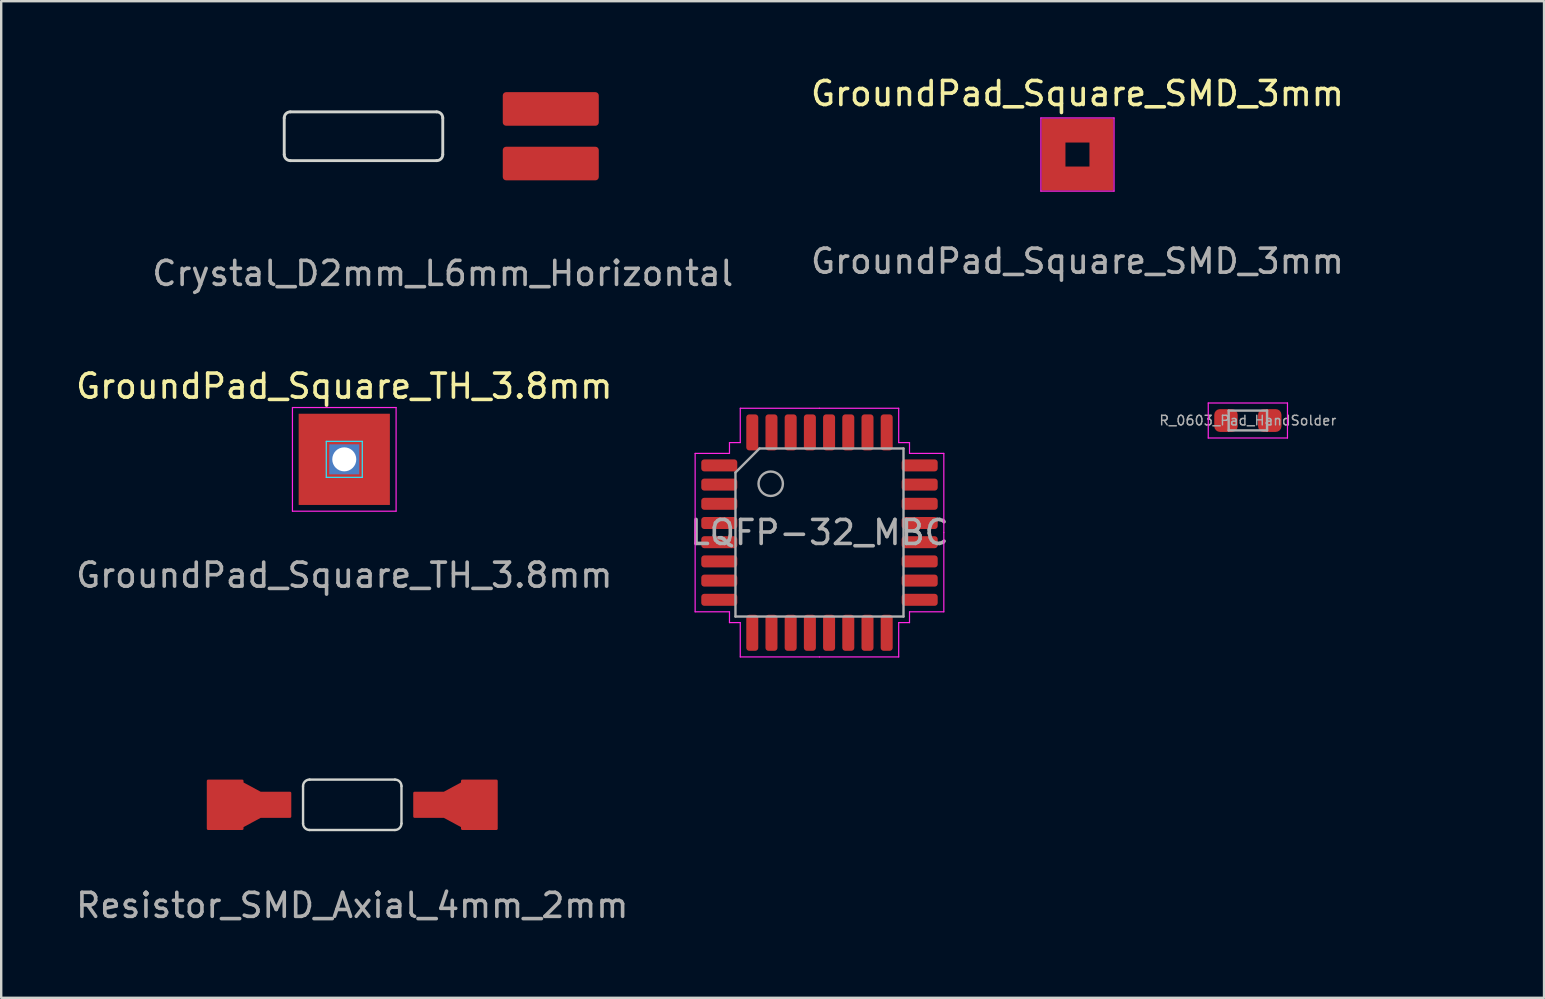
<source format=kicad_pcb>
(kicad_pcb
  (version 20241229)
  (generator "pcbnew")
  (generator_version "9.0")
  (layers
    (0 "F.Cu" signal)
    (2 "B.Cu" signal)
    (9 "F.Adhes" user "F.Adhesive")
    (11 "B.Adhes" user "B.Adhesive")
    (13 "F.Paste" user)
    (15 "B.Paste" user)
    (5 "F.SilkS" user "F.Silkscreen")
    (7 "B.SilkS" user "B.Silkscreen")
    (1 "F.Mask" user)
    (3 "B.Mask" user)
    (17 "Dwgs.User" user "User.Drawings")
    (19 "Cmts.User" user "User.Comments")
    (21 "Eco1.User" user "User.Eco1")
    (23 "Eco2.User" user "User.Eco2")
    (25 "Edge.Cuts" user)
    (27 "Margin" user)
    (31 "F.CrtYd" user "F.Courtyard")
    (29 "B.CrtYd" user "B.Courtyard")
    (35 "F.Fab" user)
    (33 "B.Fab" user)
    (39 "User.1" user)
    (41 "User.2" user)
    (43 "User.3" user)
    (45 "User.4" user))
  (footprint "GroundPad_Square_SMD_3mm"
    (layer "F.Cu")
    (at 41.836 3.388)
    (property "Reference" "GroundPad_Square_SMD_3mm" (at 0 -2.54 0) (unlocked yes) (layer "F.SilkS") (effects (font (size 1 1) (thickness 0.15))))
    (attr smd)
    (fp_line (start -1.524 -1.524) (end 1.524 -1.524) (stroke (width 0.05) (type solid)) (layer "F.CrtYd"))
    (fp_line (start -1.524 1.524) (end -1.524 -1.524) (stroke (width 0.05) (type solid)) (layer "F.CrtYd"))
    (fp_line (start 1.524 -1.524) (end 1.524 1.524) (stroke (width 0.05) (type solid)) (layer "F.CrtYd"))
    (fp_line (start 1.524 1.524) (end -1.524 1.524) (stroke (width 0.05) (type solid)) (layer "F.CrtYd"))
    (fp_text user "${REFERENCE}" (at 0 4.445 0) (unlocked yes) (layer "F.Fab") (effects (font (size 1 1) (thickness 0.15))))
    (pad "1" smd custom (at 0 -1) (size 1 1) (layers "F.Cu" "F.Mask") (options (anchor rect)) (primitives (gr_poly (pts (xy -1.5 -0.5) (xy -1.5 2.5) (xy 1.5 2.5) (xy 1.5 -0.5) (xy 0.5 -0.5) (xy 0.5 1.5) (xy -0.5 1.5) (xy -0.5 -0.5)) (width 0) (fill yes))))
    (zone (net_name "") (layers "F.Cu" "B.Cu") (hatch edge 0.508) (connect_pads) (min_thickness 0.254) (filled_areas_thickness no) (keepout (tracks not_allowed) (vias not_allowed) (pads allowed) (copperpour not_allowed) (footprints allowed)) (placement (enabled no)) (fill) (polygon (pts (xy 42.336 3.888) (xy 41.336 3.888) (xy 41.336 2.888) (xy 42.336 2.888)))))
  (footprint "R_0603_Pad_HandSolder"
    (layer "F.Cu")
    (at 48.935 14.468)
    (property "Reference" "R_0603_Pad_HandSolder" (at 0 -1.43 0) (layer "F.Mask") (effects (font (size 1 1) (thickness 0.15))))
    (attr smd)
    (fp_line (start -1.65 -0.73) (end 1.65 -0.73) (stroke (width 0.05) (type solid)) (layer "F.CrtYd"))
    (fp_line (start -1.65 0.73) (end -1.65 -0.73) (stroke (width 0.05) (type solid)) (layer "F.CrtYd"))
    (fp_line (start 1.65 -0.73) (end 1.65 0.73) (stroke (width 0.05) (type solid)) (layer "F.CrtYd"))
    (fp_line (start 1.65 0.73) (end -1.65 0.73) (stroke (width 0.05) (type solid)) (layer "F.CrtYd"))
    (fp_line (start -0.8 -0.412) (end 0.8 -0.412) (stroke (width 0.1) (type solid)) (layer "F.Fab"))
    (fp_line (start -0.8 0.412) (end -0.8 -0.412) (stroke (width 0.1) (type solid)) (layer "F.Fab"))
    (fp_line (start 0.8 -0.412) (end 0.8 0.412) (stroke (width 0.1) (type solid)) (layer "F.Fab"))
    (fp_line (start 0.8 0.412) (end -0.8 0.412) (stroke (width 0.1) (type solid)) (layer "F.Fab"))
    (fp_text user "${REFERENCE}" (at 0 0 0) (layer "F.Fab") (effects (font (size 0.4 0.4) (thickness 0.06))))
    (pad "1" smd roundrect (at -0.912 0) (size 0.975 0.95) (layers "F.Cu" "F.Mask" "F.Paste") (roundrect_rratio 0.25))
    (pad "2" smd roundrect (at 0.912 0) (size 0.975 0.95) (layers "F.Cu" "F.Mask" "F.Paste") (roundrect_rratio 0.25))
    (zone (net_name "") (layer "F.Cu") (hatch edge 0.508) (connect_pads) (min_thickness 0.254) (filled_areas_thickness no) (keepout (tracks allowed) (vias allowed) (pads allowed) (copperpour not_allowed) (footprints allowed)) (placement (enabled no)) (fill) (polygon (pts (xy 49.316 15.008) (xy 48.554 15.008) (xy 48.554 13.924) (xy 49.316 13.924)))))
  (footprint "GroundPad_Square_TH_3.8mm"
    (layer "F.Cu")
    (at 11.292 16.086)
    (property "Reference" "GroundPad_Square_TH_3.8mm" (at 0 -3.048 0) (unlocked yes) (layer "F.SilkS") (effects (font (size 1 1) (thickness 0.15))))
    (fp_line (start -0.75 -0.75) (end 0.75 -0.75) (stroke (width 0.05) (type solid)) (layer "B.CrtYd"))
    (fp_line (start -0.75 0.75) (end -0.75 -0.75) (stroke (width 0.05) (type solid)) (layer "B.CrtYd"))
    (fp_line (start 0.75 -0.75) (end 0.75 0.75) (stroke (width 0.05) (type solid)) (layer "B.CrtYd"))
    (fp_line (start 0.75 0.75) (end -0.75 0.75) (stroke (width 0.05) (type solid)) (layer "B.CrtYd"))
    (fp_line (start -2.159 -2.159) (end 2.159 -2.159) (stroke (width 0.05) (type solid)) (layer "F.CrtYd"))
    (fp_line (start -2.159 2.159) (end -2.159 -2.159) (stroke (width 0.05) (type solid)) (layer "F.CrtYd"))
    (fp_line (start 2.159 -2.159) (end 2.159 2.159) (stroke (width 0.05) (type solid)) (layer "F.CrtYd"))
    (fp_line (start 2.159 2.159) (end -2.159 2.159) (stroke (width 0.05) (type solid)) (layer "F.CrtYd"))
    (fp_text user "${REFERENCE}" (at 0 4.826 0) (unlocked yes) (layer "F.Fab") (effects (font (size 1 1) (thickness 0.15))))
    (pad "1" thru_hole rect (at 0 0) (size 1.25 1.25) (drill 1) (layers "*.Cu" "*.Mask"))
    (pad "1" smd rect (at 0 0) (size 3.8 3.8) (layers "F.Cu" "F.Mask")))
  (footprint "LQFP-32_MBC"
    (layer "F.Cu")
    (at 31.089 19.134)
    (property "Reference" "LQFP-32_MBC" (at 0 -6.096 0) (layer "F.Mask") (effects (font (size 1 1) (thickness 0.15))))
    (attr smd)
    (fp_line (start -5.18 -3.296) (end -5.18 0.004) (stroke (width 0.05) (type solid)) (layer "F.CrtYd"))
    (fp_line (start -5.18 3.304) (end -5.18 0.004) (stroke (width 0.05) (type solid)) (layer "F.CrtYd"))
    (fp_line (start -3.75 -3.746) (end -3.75 -3.296) (stroke (width 0.05) (type solid)) (layer "F.CrtYd"))
    (fp_line (start -3.75 -3.296) (end -5.18 -3.296) (stroke (width 0.05) (type solid)) (layer "F.CrtYd"))
    (fp_line (start -3.75 3.304) (end -5.18 3.304) (stroke (width 0.05) (type solid)) (layer "F.CrtYd"))
    (fp_line (start -3.75 3.754) (end -3.75 3.304) (stroke (width 0.05) (type solid)) (layer "F.CrtYd"))
    (fp_line (start -3.3 -5.176) (end -3.3 -3.746) (stroke (width 0.05) (type solid)) (layer "F.CrtYd"))
    (fp_line (start -3.3 -3.746) (end -3.75 -3.746) (stroke (width 0.05) (type solid)) (layer "F.CrtYd"))
    (fp_line (start -3.3 3.754) (end -3.75 3.754) (stroke (width 0.05) (type solid)) (layer "F.CrtYd"))
    (fp_line (start -3.3 5.184) (end -3.3 3.754) (stroke (width 0.05) (type solid)) (layer "F.CrtYd"))
    (fp_line (start -0.000322 -5.176) (end -3.3 -5.176) (stroke (width 0.05) (type solid)) (layer "F.CrtYd"))
    (fp_line (start -0.000322 -5.176) (end 3.3 -5.176) (stroke (width 0.05) (type solid)) (layer "F.CrtYd"))
    (fp_line (start -0.000322 5.184) (end -3.3 5.184) (stroke (width 0.05) (type solid)) (layer "F.CrtYd"))
    (fp_line (start -0.000322 5.184) (end 3.3 5.184) (stroke (width 0.05) (type solid)) (layer "F.CrtYd"))
    (fp_line (start 3.3 -5.176) (end 3.3 -3.746) (stroke (width 0.05) (type solid)) (layer "F.CrtYd"))
    (fp_line (start 3.3 -3.746) (end 3.75 -3.746) (stroke (width 0.05) (type solid)) (layer "F.CrtYd"))
    (fp_line (start 3.3 3.754) (end 3.75 3.754) (stroke (width 0.05) (type solid)) (layer "F.CrtYd"))
    (fp_line (start 3.3 5.184) (end 3.3 3.754) (stroke (width 0.05) (type solid)) (layer "F.CrtYd"))
    (fp_line (start 3.75 -3.746) (end 3.75 -3.296) (stroke (width 0.05) (type solid)) (layer "F.CrtYd"))
    (fp_line (start 3.75 -3.296) (end 5.18 -3.296) (stroke (width 0.05) (type solid)) (layer "F.CrtYd"))
    (fp_line (start 3.75 3.304) (end 5.18 3.304) (stroke (width 0.05) (type solid)) (layer "F.CrtYd"))
    (fp_line (start 3.75 3.754) (end 3.75 3.304) (stroke (width 0.05) (type solid)) (layer "F.CrtYd"))
    (fp_line (start 5.18 -3.296) (end 5.18 0.004) (stroke (width 0.05) (type solid)) (layer "F.CrtYd"))
    (fp_line (start 5.18 3.304) (end 5.18 0.004) (stroke (width 0.05) (type solid)) (layer "F.CrtYd"))
    (fp_line (start -3.5 -2.5) (end -2.5 -3.5) (stroke (width 0.1) (type solid)) (layer "F.Fab"))
    (fp_line (start -3.5 3.5) (end -3.5 -2.5) (stroke (width 0.1) (type solid)) (layer "F.Fab"))
    (fp_line (start -2.5 -3.5) (end 3.5 -3.5) (stroke (width 0.1) (type solid)) (layer "F.Fab"))
    (fp_line (start 3.5 3.5) (end -3.5 3.5) (stroke (width 0.1) (type solid)) (layer "F.Fab"))
    (fp_line (start 3.5 3.5) (end 3.5 -3.5) (stroke (width 0.1) (type solid)) (layer "F.Fab"))
    (fp_circle (center -2.032 -2.032) (end -1.524 -2.032) (stroke (width 0.1) (type solid)) (fill no) (layer "F.Fab"))
    (fp_text user "${REFERENCE}" (at 0 0 0) (layer "F.Fab") (effects (font (size 1 1) (thickness 0.15))))
    (pad "1" smd roundrect (at -4.175 -2.796) (size 1.5 0.5) (layers "F.Cu" "F.Mask" "F.Paste") (roundrect_rratio 0.25))
    (pad "2" smd roundrect (at -4.175 -1.996) (size 1.5 0.5) (layers "F.Cu" "F.Mask" "F.Paste") (roundrect_rratio 0.25))
    (pad "3" smd roundrect (at -4.175 -1.196) (size 1.5 0.5) (layers "F.Cu" "F.Mask" "F.Paste") (roundrect_rratio 0.25))
    (pad "4" smd roundrect (at -4.175 -0.396) (size 1.5 0.5) (layers "F.Cu" "F.Mask" "F.Paste") (roundrect_rratio 0.25))
    (pad "5" smd roundrect (at -4.175 0.404) (size 1.5 0.5) (layers "F.Cu" "F.Mask" "F.Paste") (roundrect_rratio 0.25))
    (pad "6" smd roundrect (at -4.175 1.204) (size 1.5 0.5) (layers "F.Cu" "F.Mask" "F.Paste") (roundrect_rratio 0.25))
    (pad "7" smd roundrect (at -4.175 2.004) (size 1.5 0.5) (layers "F.Cu" "F.Mask" "F.Paste") (roundrect_rratio 0.25))
    (pad "8" smd roundrect (at -4.175 2.804) (size 1.5 0.5) (layers "F.Cu" "F.Mask" "F.Paste") (roundrect_rratio 0.25))
    (pad "9" smd roundrect (at -2.8 4.179) (size 0.5 1.5) (layers "F.Cu" "F.Mask" "F.Paste") (roundrect_rratio 0.25))
    (pad "10" smd roundrect (at -2 4.179) (size 0.5 1.5) (layers "F.Cu" "F.Mask" "F.Paste") (roundrect_rratio 0.25))
    (pad "11" smd roundrect (at -1.2 4.179) (size 0.5 1.5) (layers "F.Cu" "F.Mask" "F.Paste") (roundrect_rratio 0.25))
    (pad "12" smd roundrect (at -0.4 4.179) (size 0.5 1.5) (layers "F.Cu" "F.Mask" "F.Paste") (roundrect_rratio 0.25))
    (pad "13" smd roundrect (at 0.4 4.179) (size 0.5 1.5) (layers "F.Cu" "F.Mask" "F.Paste") (roundrect_rratio 0.25))
    (pad "14" smd roundrect (at 1.2 4.179) (size 0.5 1.5) (layers "F.Cu" "F.Mask" "F.Paste") (roundrect_rratio 0.25))
    (pad "15" smd roundrect (at 2 4.179) (size 0.5 1.5) (layers "F.Cu" "F.Mask" "F.Paste") (roundrect_rratio 0.25))
    (pad "16" smd roundrect (at 2.8 4.179) (size 0.5 1.5) (layers "F.Cu" "F.Mask" "F.Paste") (roundrect_rratio 0.25))
    (pad "17" smd roundrect (at 4.175 2.804) (size 1.5 0.5) (layers "F.Cu" "F.Mask" "F.Paste") (roundrect_rratio 0.25))
    (pad "18" smd roundrect (at 4.175 2.004) (size 1.5 0.5) (layers "F.Cu" "F.Mask" "F.Paste") (roundrect_rratio 0.25))
    (pad "19" smd roundrect (at 4.175 1.204) (size 1.5 0.5) (layers "F.Cu" "F.Mask" "F.Paste") (roundrect_rratio 0.25))
    (pad "20" smd roundrect (at 4.175 0.404) (size 1.5 0.5) (layers "F.Cu" "F.Mask" "F.Paste") (roundrect_rratio 0.25))
    (pad "21" smd roundrect (at 4.175 -0.396) (size 1.5 0.5) (layers "F.Cu" "F.Mask" "F.Paste") (roundrect_rratio 0.25))
    (pad "22" smd roundrect (at 4.175 -1.196) (size 1.5 0.5) (layers "F.Cu" "F.Mask" "F.Paste") (roundrect_rratio 0.25))
    (pad "23" smd roundrect (at 4.175 -1.996) (size 1.5 0.5) (layers "F.Cu" "F.Mask" "F.Paste") (roundrect_rratio 0.25))
    (pad "24" smd roundrect (at 4.175 -2.796) (size 1.5 0.5) (layers "F.Cu" "F.Mask" "F.Paste") (roundrect_rratio 0.25))
    (pad "25" smd roundrect (at 2.8 -4.171) (size 0.5 1.5) (layers "F.Cu" "F.Mask" "F.Paste") (roundrect_rratio 0.25))
    (pad "26" smd roundrect (at 2 -4.171) (size 0.5 1.5) (layers "F.Cu" "F.Mask" "F.Paste") (roundrect_rratio 0.25))
    (pad "27" smd roundrect (at 1.2 -4.171) (size 0.5 1.5) (layers "F.Cu" "F.Mask" "F.Paste") (roundrect_rratio 0.25))
    (pad "28" smd roundrect (at 0.4 -4.171) (size 0.5 1.5) (layers "F.Cu" "F.Mask" "F.Paste") (roundrect_rratio 0.25))
    (pad "29" smd roundrect (at -0.4 -4.171) (size 0.5 1.5) (layers "F.Cu" "F.Mask" "F.Paste") (roundrect_rratio 0.25))
    (pad "30" smd roundrect (at -1.2 -4.171) (size 0.5 1.5) (layers "F.Cu" "F.Mask" "F.Paste") (roundrect_rratio 0.25))
    (pad "31" smd roundrect (at -2 -4.171) (size 0.5 1.5) (layers "F.Cu" "F.Mask" "F.Paste") (roundrect_rratio 0.25))
    (pad "32" smd roundrect (at -2.8 -4.171) (size 0.5 1.5) (layers "F.Cu" "F.Mask" "F.Paste") (roundrect_rratio 0.25)))
  (footprint "Crystal_D2mm_L6mm_Horizontal"
    (layer "F.Cu")
    (at 15.395 2.626)
    (property "Reference" "Crystal_D2mm_L6mm_Horizontal" (at -3.175 -1.778 0) (unlocked yes) (layer "F.Mask") (effects (font (size 1 1) (thickness 0.15))))
    (attr smd)
    (fp_line (start -6.604 -0.762) (end -6.604 0.762) (stroke (width 0.12) (type solid)) (layer "Edge.Cuts"))
    (fp_line (start -6.35 -1.016) (end -0.254 -1.016) (stroke (width 0.12) (type solid)) (layer "Edge.Cuts"))
    (fp_line (start -0.254 1.016) (end -6.35 1.016) (stroke (width 0.12) (type solid)) (layer "Edge.Cuts"))
    (fp_line (start 0 -0.762) (end 0 0.762) (stroke (width 0.12) (type solid)) (layer "Edge.Cuts"))
    (fp_arc (start -6.604 -0.762) (mid -6.529605 -0.941605) (end -6.35 -1.016) (stroke (width 0.12) (type solid)) (layer "Edge.Cuts"))
    (fp_arc (start -6.35 1.016) (mid -6.529605 0.941605) (end -6.604 0.762) (stroke (width 0.12) (type solid)) (layer "Edge.Cuts"))
    (fp_arc (start -0.254 -1.016) (mid -0.074395 -0.941605) (end 0 -0.762) (stroke (width 0.12) (type solid)) (layer "Edge.Cuts"))
    (fp_arc (start 0 0.762) (mid -0.074395 0.941605) (end -0.254 1.016) (stroke (width 0.12) (type solid)) (layer "Edge.Cuts"))
    (fp_text user "${REFERENCE}" (at 0 5.715 0) (unlocked yes) (layer "F.Fab") (effects (font (size 1 1) (thickness 0.15))))
    (pad "1" smd roundrect (at 4.5 -1.137) (size 4 1.4) (layers "F.Cu" "F.Mask" "F.Paste") (roundrect_rratio 0.1))
    (pad "2" smd roundrect (at 4.5 1.137) (size 4 1.4) (layers "F.Cu" "F.Mask" "F.Paste") (roundrect_rratio 0.1))
    (zone (net_name "") (layer "F.Cu") (name "PAD_FIX") (hatch edge 0.508) (connect_pads) (min_thickness 0.254) (filled_areas_thickness no) (keepout (tracks allowed) (vias allowed) (pads allowed) (copperpour not_allowed) (footprints allowed)) (placement (enabled no)) (fill) (polygon (pts (xy 22.126 4.658) (xy 17.681 4.658) (xy 15.395 4.658) (xy 15.395 0.594) (xy 17.681 0.594) (xy 22.126 0.594)))))
  (footprint "Resistor_SMD_Axial_4mm_2mm"
    (layer "F.Cu")
    (at 11.625 30.477)
    (property "Reference" "Resistor_SMD_Axial_4mm_2mm" (at 0 -2.286 0) (unlocked yes) (layer "F.Mask") (effects (font (size 1 1) (thickness 0.15))))
    (attr smd)
    (fp_line (start -2.05 0.778) (end -2.05 -0.778) (stroke (width 0.1) (type solid)) (layer "Edge.Cuts"))
    (fp_line (start -1.778 -1.05) (end 1.778 -1.05) (stroke (width 0.1) (type solid)) (layer "Edge.Cuts"))
    (fp_line (start -1.778 1.05) (end 1.778 1.05) (stroke (width 0.1) (type solid)) (layer "Edge.Cuts"))
    (fp_line (start 2.05 -0.778) (end 2.05 0.778) (stroke (width 0.1) (type solid)) (layer "Edge.Cuts"))
    (fp_arc (start -2.05 -0.778) (mid -1.970333 -0.970333) (end -1.778 -1.05) (stroke (width 0.1) (type solid)) (layer "Edge.Cuts"))
    (fp_arc (start -1.778 1.05) (mid -1.970333 0.970333) (end -2.05 0.778) (stroke (width 0.1) (type solid)) (layer "Edge.Cuts"))
    (fp_arc (start 1.778 -1.05) (mid 1.970333 -0.970333) (end 2.05 -0.778) (stroke (width 0.1) (type solid)) (layer "Edge.Cuts"))
    (fp_arc (start 2.05 0.778) (mid 1.970333 0.970333) (end 1.778 1.05) (stroke (width 0.1) (type solid)) (layer "Edge.Cuts"))
    (fp_text user "${REFERENCE}" (at 0 4.191 0) (unlocked yes) (layer "F.Fab") (effects (font (size 1 1) (thickness 0.15))))
    (pad "1" smd custom (at -3.21 0) (size 1.25 1) (layers "F.Cu" "F.Mask" "F.Paste") (options (anchor rect)) (primitives (gr_poly (pts (xy 0.62 -0.495) (xy -0.62 -0.495) (xy -1.37 -0.9) (xy -1.37 -1) (xy -2.8 -1) (xy -2.8 1) (xy -1.37 1) (xy -1.37 0.9) (xy -0.62 0.495) (xy 0.62 0.495)) (width 0.1) (fill yes))))
    (pad "2" smd custom (at 3.21 0 180) (size 1.25 1) (layers "F.Cu" "F.Mask" "F.Paste") (options (anchor rect)) (primitives (gr_poly (pts (xy 0.62 -0.495) (xy -0.62 -0.495) (xy -1.37 -0.9) (xy -1.37 -1) (xy -2.8 -1) (xy -2.8 1) (xy -1.37 1) (xy -1.37 0.9) (xy -0.62 0.495) (xy 0.62 0.495)) (width 0.1) (fill yes))))
    (zone (net_name "") (layer "F.Cu") (name "BLANK") (hatch edge 0.508) (connect_pads) (min_thickness 0.254) (filled_areas_thickness no) (keepout (tracks allowed) (vias allowed) (pads allowed) (copperpour not_allowed) (footprints allowed)) (placement (enabled no)) (fill) (polygon (pts (xy 16.175 31.527) (xy 7.075 31.527) (xy 7.075 29.427) (xy 16.175 29.427)))))
  (gr_rect
    (start -3 -3)
    (end 61.274 38.517)
    (stroke (width 0.1) (type default))
    (fill no)
    (layer "Edge.Cuts")))
</source>
